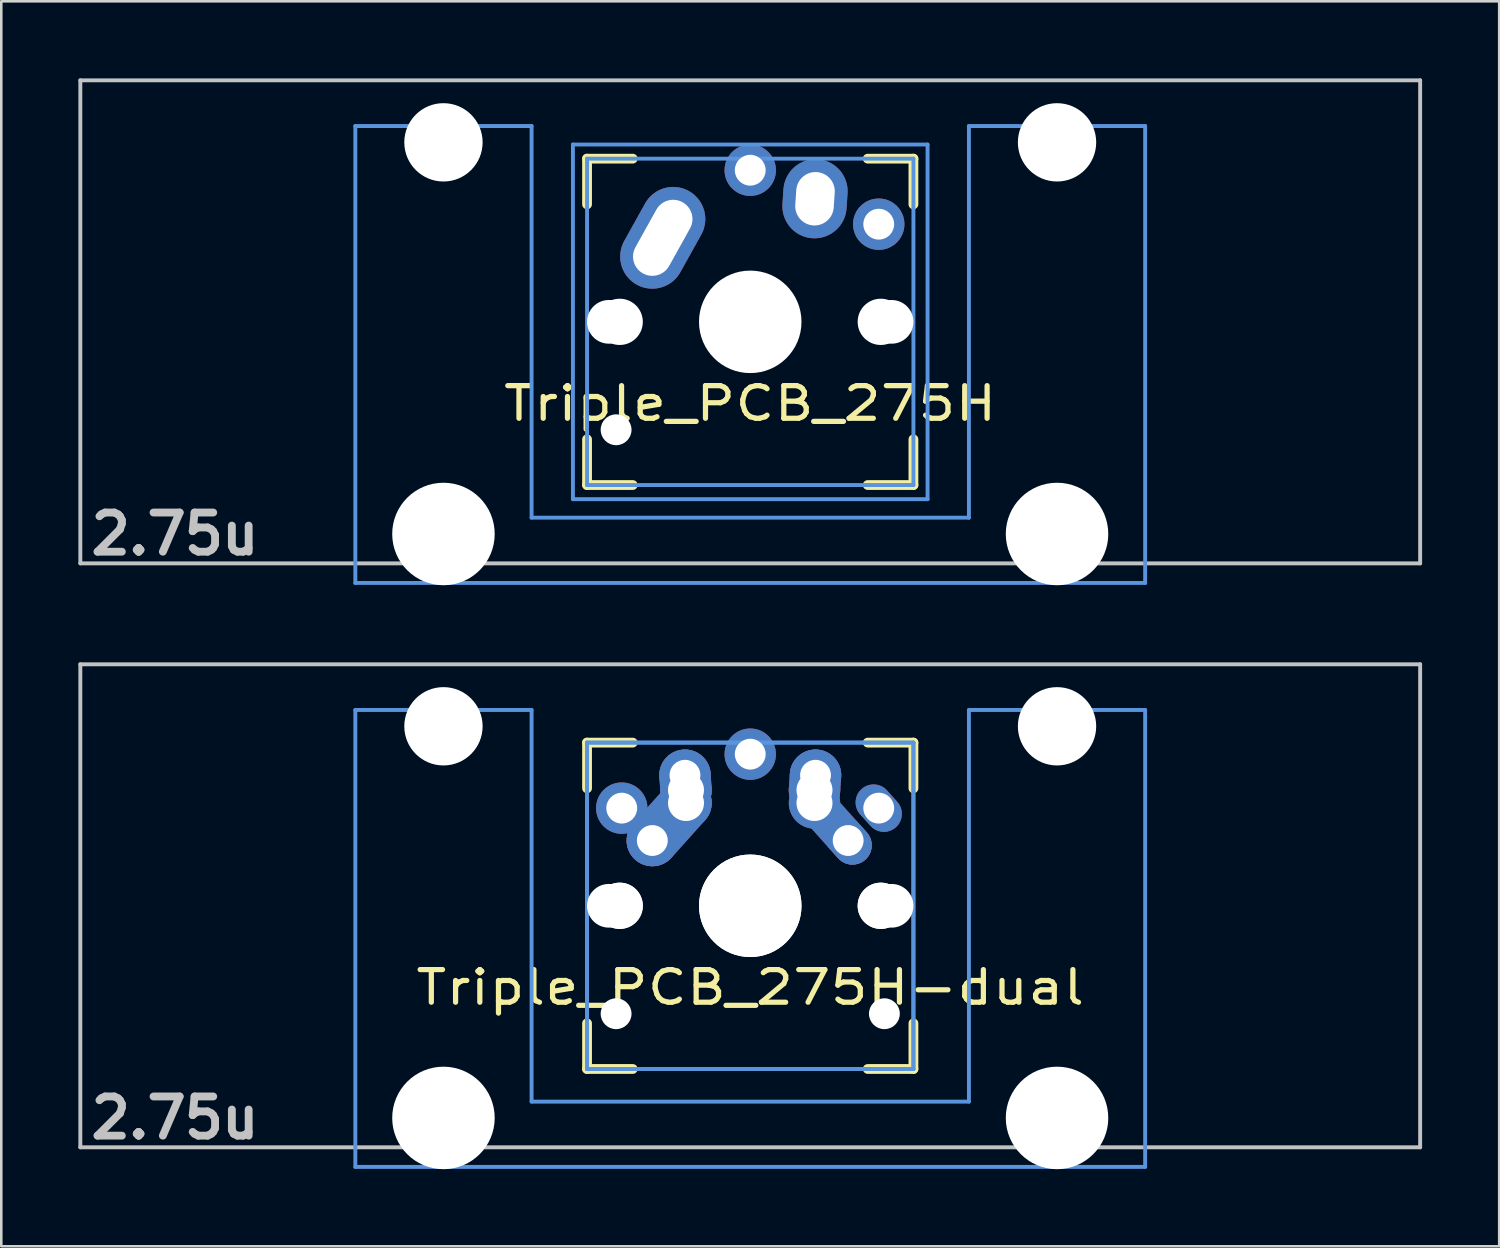
<source format=kicad_pcb>
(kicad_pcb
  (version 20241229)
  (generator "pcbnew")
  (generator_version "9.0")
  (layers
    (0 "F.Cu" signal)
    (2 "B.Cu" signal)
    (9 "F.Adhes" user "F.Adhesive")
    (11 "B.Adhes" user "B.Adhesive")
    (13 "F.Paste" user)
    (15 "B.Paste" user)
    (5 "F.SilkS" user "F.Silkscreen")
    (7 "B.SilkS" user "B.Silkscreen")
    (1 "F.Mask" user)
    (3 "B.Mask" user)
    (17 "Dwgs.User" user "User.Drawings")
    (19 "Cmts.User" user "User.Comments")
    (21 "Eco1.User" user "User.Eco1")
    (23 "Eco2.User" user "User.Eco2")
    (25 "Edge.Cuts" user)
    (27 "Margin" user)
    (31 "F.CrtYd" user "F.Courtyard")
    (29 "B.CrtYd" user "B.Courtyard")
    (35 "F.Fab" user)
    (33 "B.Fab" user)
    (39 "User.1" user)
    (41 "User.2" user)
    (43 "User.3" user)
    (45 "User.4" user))
  (footprint "Triple_PCB_275H"
    (layer "F.Cu")
    (at 26.144 9.474)
    (property "Reference" "Triple_PCB_275H" (at 0 3.175 0) (layer "F.SilkS") (effects (font (size 1.27 1.524) (thickness 0.203))))
    (attr through_hole)
    (fp_line (start -6.35 -6.35) (end -4.572 -6.35) (stroke (width 0.381) (type solid)) (layer "F.SilkS"))
    (fp_line (start -6.35 -4.572) (end -6.35 -6.35) (stroke (width 0.381) (type solid)) (layer "F.SilkS"))
    (fp_line (start -6.35 6.35) (end -6.35 4.572) (stroke (width 0.381) (type solid)) (layer "F.SilkS"))
    (fp_line (start -4.572 6.35) (end -6.35 6.35) (stroke (width 0.381) (type solid)) (layer "F.SilkS"))
    (fp_line (start 4.572 -6.35) (end 6.35 -6.35) (stroke (width 0.381) (type solid)) (layer "F.SilkS"))
    (fp_line (start 6.35 -6.35) (end 6.35 -4.572) (stroke (width 0.381) (type solid)) (layer "F.SilkS"))
    (fp_line (start 6.35 4.572) (end 6.35 6.35) (stroke (width 0.381) (type solid)) (layer "F.SilkS"))
    (fp_line (start 6.35 6.35) (end 4.572 6.35) (stroke (width 0.381) (type solid)) (layer "F.SilkS"))
    (fp_line (start -26.068 -9.398) (end 26.068 -9.398) (stroke (width 0.152) (type solid)) (layer "Dwgs.User"))
    (fp_line (start -26.068 9.398) (end -26.068 -9.398) (stroke (width 0.152) (type solid)) (layer "Dwgs.User"))
    (fp_line (start 26.068 -9.398) (end 26.068 9.398) (stroke (width 0.152) (type solid)) (layer "Dwgs.User"))
    (fp_line (start 26.068 9.398) (end -26.068 9.398) (stroke (width 0.152) (type solid)) (layer "Dwgs.User"))
    (fp_line (start -15.367 -7.62) (end -15.367 10.16) (stroke (width 0.152) (type solid)) (layer "Cmts.User"))
    (fp_line (start -15.367 10.16) (end 15.367 10.16) (stroke (width 0.152) (type solid)) (layer "Cmts.User"))
    (fp_line (start -8.509 -7.62) (end -15.367 -7.62) (stroke (width 0.152) (type solid)) (layer "Cmts.User"))
    (fp_line (start -8.509 7.62) (end -8.509 -7.62) (stroke (width 0.152) (type solid)) (layer "Cmts.User"))
    (fp_line (start -6.9 -6.9) (end 6.9 -6.9) (stroke (width 0.152) (type solid)) (layer "Cmts.User"))
    (fp_line (start -6.9 6.9) (end -6.9 -6.9) (stroke (width 0.152) (type solid)) (layer "Cmts.User"))
    (fp_line (start -6.35 -6.35) (end 6.35 -6.35) (stroke (width 0.152) (type solid)) (layer "Cmts.User"))
    (fp_line (start -6.35 6.35) (end -6.35 -6.35) (stroke (width 0.152) (type solid)) (layer "Cmts.User"))
    (fp_line (start 6.35 -6.35) (end 6.35 6.35) (stroke (width 0.152) (type solid)) (layer "Cmts.User"))
    (fp_line (start 6.35 6.35) (end -6.35 6.35) (stroke (width 0.152) (type solid)) (layer "Cmts.User"))
    (fp_line (start 6.9 -6.9) (end 6.9 6.9) (stroke (width 0.152) (type solid)) (layer "Cmts.User"))
    (fp_line (start 6.9 6.9) (end -6.9 6.9) (stroke (width 0.152) (type solid)) (layer "Cmts.User"))
    (fp_line (start 8.509 -7.62) (end 8.509 7.62) (stroke (width 0.152) (type solid)) (layer "Cmts.User"))
    (fp_line (start 8.509 7.62) (end -8.509 7.62) (stroke (width 0.152) (type solid)) (layer "Cmts.User"))
    (fp_line (start 15.367 -7.62) (end 8.509 -7.62) (stroke (width 0.152) (type solid)) (layer "Cmts.User"))
    (fp_line (start 15.367 10.16) (end 15.367 -7.62) (stroke (width 0.152) (type solid)) (layer "Cmts.User"))
    (fp_line (start -16.129 -2.286) (end -15.265 -2.286) (stroke (width 0.152) (type solid)) (layer "Eco2.User"))
    (fp_line (start -16.129 0.508) (end -16.129 -2.286) (stroke (width 0.152) (type solid)) (layer "Eco2.User"))
    (fp_line (start -15.265 -5.69) (end -8.611 -5.69) (stroke (width 0.152) (type solid)) (layer "Eco2.User"))
    (fp_line (start -15.265 -2.286) (end -15.265 -5.69) (stroke (width 0.152) (type solid)) (layer "Eco2.User"))
    (fp_line (start -15.265 0.508) (end -16.129 0.508) (stroke (width 0.152) (type solid)) (layer "Eco2.User"))
    (fp_line (start -15.265 6.604) (end -15.265 0.508) (stroke (width 0.152) (type solid)) (layer "Eco2.User"))
    (fp_line (start -14.224 6.604) (end -15.265 6.604) (stroke (width 0.152) (type solid)) (layer "Eco2.User"))
    (fp_line (start -14.224 7.772) (end -14.224 6.604) (stroke (width 0.152) (type solid)) (layer "Eco2.User"))
    (fp_line (start -9.652 6.604) (end -9.652 7.772) (stroke (width 0.152) (type solid)) (layer "Eco2.User"))
    (fp_line (start -9.652 7.772) (end -14.224 7.772) (stroke (width 0.152) (type solid)) (layer "Eco2.User"))
    (fp_line (start -8.611 -5.69) (end -8.611 -4.877) (stroke (width 0.152) (type solid)) (layer "Eco2.User"))
    (fp_line (start -8.611 -4.877) (end -6.985 -4.877) (stroke (width 0.152) (type solid)) (layer "Eco2.User"))
    (fp_line (start -8.611 5.817) (end -8.611 6.604) (stroke (width 0.152) (type solid)) (layer "Eco2.User"))
    (fp_line (start -8.611 6.604) (end -9.652 6.604) (stroke (width 0.152) (type solid)) (layer "Eco2.User"))
    (fp_line (start -7.5 -7.5) (end 7.5 -7.5) (stroke (width 0.152) (type solid)) (layer "Eco2.User"))
    (fp_line (start -7.5 7.5) (end -7.5 -7.5) (stroke (width 0.152) (type solid)) (layer "Eco2.User"))
    (fp_line (start -6.985 -6.985) (end 6.985 -6.985) (stroke (width 0.152) (type solid)) (layer "Eco2.User"))
    (fp_line (start -6.985 -4.877) (end -6.985 -6.985) (stroke (width 0.152) (type solid)) (layer "Eco2.User"))
    (fp_line (start -6.985 5.817) (end -8.611 5.817) (stroke (width 0.152) (type solid)) (layer "Eco2.User"))
    (fp_line (start -6.985 6.985) (end -6.985 5.817) (stroke (width 0.152) (type solid)) (layer "Eco2.User"))
    (fp_line (start 6.985 -6.985) (end 6.985 -4.877) (stroke (width 0.152) (type solid)) (layer "Eco2.User"))
    (fp_line (start 6.985 -4.877) (end 8.611 -4.877) (stroke (width 0.152) (type solid)) (layer "Eco2.User"))
    (fp_line (start 6.985 5.817) (end 6.985 6.985) (stroke (width 0.152) (type solid)) (layer "Eco2.User"))
    (fp_line (start 6.985 6.985) (end -6.985 6.985) (stroke (width 0.152) (type solid)) (layer "Eco2.User"))
    (fp_line (start 7.5 -7.5) (end 7.5 7.5) (stroke (width 0.152) (type solid)) (layer "Eco2.User"))
    (fp_line (start 7.5 7.5) (end -7.5 7.5) (stroke (width 0.152) (type solid)) (layer "Eco2.User"))
    (fp_line (start 8.611 -5.69) (end 15.265 -5.69) (stroke (width 0.152) (type solid)) (layer "Eco2.User"))
    (fp_line (start 8.611 -4.877) (end 8.611 -5.69) (stroke (width 0.152) (type solid)) (layer "Eco2.User"))
    (fp_line (start 8.611 5.817) (end 6.985 5.817) (stroke (width 0.152) (type solid)) (layer "Eco2.User"))
    (fp_line (start 8.611 6.604) (end 8.611 5.817) (stroke (width 0.152) (type solid)) (layer "Eco2.User"))
    (fp_line (start 9.652 6.604) (end 8.611 6.604) (stroke (width 0.152) (type solid)) (layer "Eco2.User"))
    (fp_line (start 9.652 7.772) (end 9.652 6.604) (stroke (width 0.152) (type solid)) (layer "Eco2.User"))
    (fp_line (start 14.224 6.604) (end 14.224 7.772) (stroke (width 0.152) (type solid)) (layer "Eco2.User"))
    (fp_line (start 14.224 7.772) (end 9.652 7.772) (stroke (width 0.152) (type solid)) (layer "Eco2.User"))
    (fp_line (start 15.265 -5.69) (end 15.265 -2.286) (stroke (width 0.152) (type solid)) (layer "Eco2.User"))
    (fp_line (start 15.265 -2.286) (end 16.129 -2.286) (stroke (width 0.152) (type solid)) (layer "Eco2.User"))
    (fp_line (start 15.265 0.508) (end 15.265 6.604) (stroke (width 0.152) (type solid)) (layer "Eco2.User"))
    (fp_line (start 15.265 6.604) (end 14.224 6.604) (stroke (width 0.152) (type solid)) (layer "Eco2.User"))
    (fp_line (start 16.129 -2.286) (end 16.129 0.508) (stroke (width 0.152) (type solid)) (layer "Eco2.User"))
    (fp_line (start 16.129 0.508) (end 15.265 0.508) (stroke (width 0.152) (type solid)) (layer "Eco2.User"))
    (fp_text user "2.75u" (at -22.385 8.255 0) (layer "Dwgs.User") (effects (font (size 1.524 1.524) (thickness 0.305))))
    (pad "" np_thru_hole circle (at -11.938 -6.985) (size 3.048 3.048) (drill 3.048) (layers "*.Cu"))
    (pad "" np_thru_hole circle (at -11.938 8.255) (size 3.988 3.988) (drill 3.988) (layers "*.Cu"))
    (pad "" np_thru_hole circle (at -5.5 0) (size 1.7 1.7) (drill 1.7) (layers "*.Cu"))
    (pad "" np_thru_hole circle (at -5.22 4.2) (size 1.2 1.2) (drill 1.2) (layers "*.Cu"))
    (pad "" np_thru_hole circle (at -5.08 0) (size 1.8 1.8) (drill 1.8) (layers "*.Cu"))
    (pad "" np_thru_hole circle (at 0 0) (size 3.4 3.4) (drill 3.4) (layers "*.Cu"))
    (pad "" np_thru_hole circle (at 0 0) (size 3.988 3.988) (drill 3.988) (layers "*.Cu"))
    (pad "" np_thru_hole circle (at 5.08 0) (size 1.8 1.8) (drill 1.8) (layers "*.Cu"))
    (pad "" np_thru_hole circle (at 5.5 0) (size 1.7 1.7) (drill 1.7) (layers "*.Cu"))
    (pad "" np_thru_hole circle (at 11.938 -6.985) (size 3.048 3.048) (drill 3.048) (layers "*.Cu"))
    (pad "" np_thru_hole circle (at 11.938 8.255) (size 3.988 3.988) (drill 3.988) (layers "*.Cu"))
    (pad "1" thru_hole oval (at -3.405 -3.27 330.9) (size 2.5 4.17) (drill oval 1.5 3.17) (layers "*.Cu" "*.Mask"))
    (pad "1" thru_hole circle (at 0 -5.9) (size 2 2) (drill 1.2) (layers "*.Cu" "*.Mask"))
    (pad "2" thru_hole oval (at 2.52 -4.79 356.1) (size 2.5 3.08) (drill oval 1.5 2.08) (layers "*.Cu" "*.Mask"))
    (pad "2" thru_hole circle (at 5 -3.8 221.9) (size 2 2) (drill 1.2) (layers "*.Cu" "*.Mask")))
  (footprint "Triple_PCB_275H-dual"
    (layer "F.Cu")
    (at 26.144 32.197)
    (property "Reference" "Triple_PCB_275H-dual" (at 0 3.175 0) (layer "F.SilkS") (effects (font (size 1.27 1.524) (thickness 0.203))))
    (attr through_hole)
    (fp_line (start -6.35 -6.35) (end -4.572 -6.35) (stroke (width 0.381) (type solid)) (layer "F.SilkS"))
    (fp_line (start -6.35 -4.572) (end -6.35 -6.35) (stroke (width 0.381) (type solid)) (layer "F.SilkS"))
    (fp_line (start -6.35 6.35) (end -6.35 4.572) (stroke (width 0.381) (type solid)) (layer "F.SilkS"))
    (fp_line (start -4.572 6.35) (end -6.35 6.35) (stroke (width 0.381) (type solid)) (layer "F.SilkS"))
    (fp_line (start 4.572 -6.35) (end 6.35 -6.35) (stroke (width 0.381) (type solid)) (layer "F.SilkS"))
    (fp_line (start 6.35 -6.35) (end 6.35 -4.572) (stroke (width 0.381) (type solid)) (layer "F.SilkS"))
    (fp_line (start 6.35 4.572) (end 6.35 6.35) (stroke (width 0.381) (type solid)) (layer "F.SilkS"))
    (fp_line (start 6.35 6.35) (end 4.572 6.35) (stroke (width 0.381) (type solid)) (layer "F.SilkS"))
    (fp_line (start -26.068 -9.398) (end 26.068 -9.398) (stroke (width 0.152) (type solid)) (layer "Dwgs.User"))
    (fp_line (start -26.068 9.398) (end -26.068 -9.398) (stroke (width 0.152) (type solid)) (layer "Dwgs.User"))
    (fp_line (start 26.068 -9.398) (end 26.068 9.398) (stroke (width 0.152) (type solid)) (layer "Dwgs.User"))
    (fp_line (start 26.068 9.398) (end -26.068 9.398) (stroke (width 0.152) (type solid)) (layer "Dwgs.User"))
    (fp_line (start -15.367 -7.62) (end -15.367 10.16) (stroke (width 0.152) (type solid)) (layer "Cmts.User"))
    (fp_line (start -15.367 10.16) (end 15.367 10.16) (stroke (width 0.152) (type solid)) (layer "Cmts.User"))
    (fp_line (start -8.509 -7.62) (end -15.367 -7.62) (stroke (width 0.152) (type solid)) (layer "Cmts.User"))
    (fp_line (start -8.509 7.62) (end -8.509 -7.62) (stroke (width 0.152) (type solid)) (layer "Cmts.User"))
    (fp_line (start -6.35 -6.35) (end 6.35 -6.35) (stroke (width 0.152) (type solid)) (layer "Cmts.User"))
    (fp_line (start -6.35 -6.35) (end 6.35 -6.35) (stroke (width 0.152) (type solid)) (layer "Cmts.User"))
    (fp_line (start -6.35 6.35) (end -6.35 -6.35) (stroke (width 0.152) (type solid)) (layer "Cmts.User"))
    (fp_line (start -6.35 6.35) (end -6.35 -6.35) (stroke (width 0.152) (type solid)) (layer "Cmts.User"))
    (fp_line (start 6.35 -6.35) (end 6.35 6.35) (stroke (width 0.152) (type solid)) (layer "Cmts.User"))
    (fp_line (start 6.35 -6.35) (end 6.35 6.35) (stroke (width 0.152) (type solid)) (layer "Cmts.User"))
    (fp_line (start 6.35 6.35) (end -6.35 6.35) (stroke (width 0.152) (type solid)) (layer "Cmts.User"))
    (fp_line (start 6.35 6.35) (end -6.35 6.35) (stroke (width 0.152) (type solid)) (layer "Cmts.User"))
    (fp_line (start 8.509 -7.62) (end 8.509 7.62) (stroke (width 0.152) (type solid)) (layer "Cmts.User"))
    (fp_line (start 8.509 7.62) (end -8.509 7.62) (stroke (width 0.152) (type solid)) (layer "Cmts.User"))
    (fp_line (start 15.367 -7.62) (end 8.509 -7.62) (stroke (width 0.152) (type solid)) (layer "Cmts.User"))
    (fp_line (start 15.367 10.16) (end 15.367 -7.62) (stroke (width 0.152) (type solid)) (layer "Cmts.User"))
    (fp_line (start -16.129 -2.286) (end -15.265 -2.286) (stroke (width 0.152) (type solid)) (layer "Eco2.User"))
    (fp_line (start -16.129 0.508) (end -16.129 -2.286) (stroke (width 0.152) (type solid)) (layer "Eco2.User"))
    (fp_line (start -15.265 -5.69) (end -8.611 -5.69) (stroke (width 0.152) (type solid)) (layer "Eco2.User"))
    (fp_line (start -15.265 -2.286) (end -15.265 -5.69) (stroke (width 0.152) (type solid)) (layer "Eco2.User"))
    (fp_line (start -15.265 0.508) (end -16.129 0.508) (stroke (width 0.152) (type solid)) (layer "Eco2.User"))
    (fp_line (start -15.265 6.604) (end -15.265 0.508) (stroke (width 0.152) (type solid)) (layer "Eco2.User"))
    (fp_line (start -14.224 6.604) (end -15.265 6.604) (stroke (width 0.152) (type solid)) (layer "Eco2.User"))
    (fp_line (start -14.224 7.772) (end -14.224 6.604) (stroke (width 0.152) (type solid)) (layer "Eco2.User"))
    (fp_line (start -9.652 6.604) (end -9.652 7.772) (stroke (width 0.152) (type solid)) (layer "Eco2.User"))
    (fp_line (start -9.652 7.772) (end -14.224 7.772) (stroke (width 0.152) (type solid)) (layer "Eco2.User"))
    (fp_line (start -8.611 -5.69) (end -8.611 -4.877) (stroke (width 0.152) (type solid)) (layer "Eco2.User"))
    (fp_line (start -8.611 -4.877) (end -6.985 -4.877) (stroke (width 0.152) (type solid)) (layer "Eco2.User"))
    (fp_line (start -8.611 5.817) (end -8.611 6.604) (stroke (width 0.152) (type solid)) (layer "Eco2.User"))
    (fp_line (start -8.611 6.604) (end -9.652 6.604) (stroke (width 0.152) (type solid)) (layer "Eco2.User"))
    (fp_line (start -7.5 -7.5) (end 7.5 -7.5) (stroke (width 0.152) (type solid)) (layer "Eco2.User"))
    (fp_line (start -7.5 7.5) (end -7.5 -7.5) (stroke (width 0.152) (type solid)) (layer "Eco2.User"))
    (fp_line (start -6.985 -6.985) (end 6.985 -6.985) (stroke (width 0.152) (type solid)) (layer "Eco2.User"))
    (fp_line (start -6.985 -6.985) (end 6.985 -6.985) (stroke (width 0.152) (type solid)) (layer "Eco2.User"))
    (fp_line (start -6.985 -4.877) (end -6.985 -6.985) (stroke (width 0.152) (type solid)) (layer "Eco2.User"))
    (fp_line (start -6.985 5.817) (end -8.611 5.817) (stroke (width 0.152) (type solid)) (layer "Eco2.User"))
    (fp_line (start -6.985 6.985) (end -6.985 -6.985) (stroke (width 0.152) (type solid)) (layer "Eco2.User"))
    (fp_line (start -6.985 6.985) (end -6.985 5.817) (stroke (width 0.152) (type solid)) (layer "Eco2.User"))
    (fp_line (start 6.985 -6.985) (end 6.985 -4.877) (stroke (width 0.152) (type solid)) (layer "Eco2.User"))
    (fp_line (start 6.985 -6.985) (end 6.985 6.985) (stroke (width 0.152) (type solid)) (layer "Eco2.User"))
    (fp_line (start 6.985 -4.877) (end 8.611 -4.877) (stroke (width 0.152) (type solid)) (layer "Eco2.User"))
    (fp_line (start 6.985 5.817) (end 6.985 6.985) (stroke (width 0.152) (type solid)) (layer "Eco2.User"))
    (fp_line (start 6.985 6.985) (end -6.985 6.985) (stroke (width 0.152) (type solid)) (layer "Eco2.User"))
    (fp_line (start 6.985 6.985) (end -6.985 6.985) (stroke (width 0.152) (type solid)) (layer "Eco2.User"))
    (fp_line (start 7.5 -7.5) (end 7.5 7.5) (stroke (width 0.152) (type solid)) (layer "Eco2.User"))
    (fp_line (start 7.5 7.5) (end -7.5 7.5) (stroke (width 0.152) (type solid)) (layer "Eco2.User"))
    (fp_line (start 8.611 -5.69) (end 15.265 -5.69) (stroke (width 0.152) (type solid)) (layer "Eco2.User"))
    (fp_line (start 8.611 -4.877) (end 8.611 -5.69) (stroke (width 0.152) (type solid)) (layer "Eco2.User"))
    (fp_line (start 8.611 5.817) (end 6.985 5.817) (stroke (width 0.152) (type solid)) (layer "Eco2.User"))
    (fp_line (start 8.611 6.604) (end 8.611 5.817) (stroke (width 0.152) (type solid)) (layer "Eco2.User"))
    (fp_line (start 9.652 6.604) (end 8.611 6.604) (stroke (width 0.152) (type solid)) (layer "Eco2.User"))
    (fp_line (start 9.652 7.772) (end 9.652 6.604) (stroke (width 0.152) (type solid)) (layer "Eco2.User"))
    (fp_line (start 14.224 6.604) (end 14.224 7.772) (stroke (width 0.152) (type solid)) (layer "Eco2.User"))
    (fp_line (start 14.224 7.772) (end 9.652 7.772) (stroke (width 0.152) (type solid)) (layer "Eco2.User"))
    (fp_line (start 15.265 -5.69) (end 15.265 -2.286) (stroke (width 0.152) (type solid)) (layer "Eco2.User"))
    (fp_line (start 15.265 -2.286) (end 16.129 -2.286) (stroke (width 0.152) (type solid)) (layer "Eco2.User"))
    (fp_line (start 15.265 0.508) (end 15.265 6.604) (stroke (width 0.152) (type solid)) (layer "Eco2.User"))
    (fp_line (start 15.265 6.604) (end 14.224 6.604) (stroke (width 0.152) (type solid)) (layer "Eco2.User"))
    (fp_line (start 16.129 -2.286) (end 16.129 0.508) (stroke (width 0.152) (type solid)) (layer "Eco2.User"))
    (fp_line (start 16.129 0.508) (end 15.265 0.508) (stroke (width 0.152) (type solid)) (layer "Eco2.User"))
    (fp_text user "2.75u" (at -22.385 8.255 0) (layer "Dwgs.User") (effects (font (size 1.524 1.524) (thickness 0.305))))
    (pad "" np_thru_hole circle (at -11.938 -6.985) (size 3.048 3.048) (drill 3.048) (layers "*.Cu"))
    (pad "" np_thru_hole circle (at -11.938 8.255) (size 3.988 3.988) (drill 3.988) (layers "*.Cu"))
    (pad "" np_thru_hole circle (at -5.5 0) (size 1.7 1.7) (drill 1.7) (layers "*.Cu"))
    (pad "" np_thru_hole circle (at -5.22 4.2) (size 1.2 1.2) (drill 1.2) (layers "*.Cu"))
    (pad "" np_thru_hole circle (at -5.08 0) (size 1.8 1.8) (drill 1.8) (layers "*.Cu"))
    (pad "" np_thru_hole circle (at -5.08 0) (size 1.8 1.8) (drill 1.8) (layers "*.Cu"))
    (pad "" np_thru_hole circle (at 0 0) (size 3.988 3.988) (drill 3.988) (layers "*.Cu"))
    (pad "" np_thru_hole circle (at 0 0) (size 3.988 3.988) (drill 3.988) (layers "*.Cu"))
    (pad "" np_thru_hole circle (at 5.08 0) (size 1.8 1.8) (drill 1.8) (layers "*.Cu"))
    (pad "" np_thru_hole circle (at 5.08 0) (size 1.8 1.8) (drill 1.8) (layers "*.Cu"))
    (pad "" np_thru_hole circle (at 5.22 4.2) (size 1.2 1.2) (drill 1.2) (layers "*.Cu"))
    (pad "" np_thru_hole circle (at 5.5 0) (size 1.7 1.7) (drill 1.7) (layers "*.Cu"))
    (pad "" np_thru_hole circle (at 11.938 -6.985) (size 3.048 3.048) (drill 3.048) (layers "*.Cu"))
    (pad "" np_thru_hole circle (at 11.938 8.255) (size 3.988 3.988) (drill 3.988) (layers "*.Cu"))
    (pad "1" thru_hole circle (at -5 -3.8 138.1) (size 2 2) (drill 1.2) (layers "*.Cu" "*.Mask"))
    (pad "1" thru_hole circle (at -3.81 -2.54) (size 2 2) (drill oval 1.2) (layers "*.Cu" "*.Mask"))
    (pad "1" smd oval (at -3.155 -3.27 138.1) (size 2 3.962) (layers "F.Cu" "F.Mask" "F.Paste"))
    (pad "1" smd oval (at -3.155 -3.27 138.1) (size 2 3.962) (layers "B.Cu" "B.Mask" "B.Paste"))
    (pad "1" thru_hole circle (at -2.54 -5.08 330.95) (size 2 2) (drill 1.2) (layers "*.Cu" "*.Mask"))
    (pad "1" smd oval (at -2.52 -4.79 3.945) (size 2 2.581) (layers "F.Cu" "F.Mask" "F.Paste"))
    (pad "1" smd oval (at -2.52 -4.79 3.945) (size 2 2.581) (layers "B.Cu" "B.Mask" "B.Paste"))
    (pad "1" thru_hole circle (at -2.5 -4.5 330.95) (size 2 2) (drill 1.4) (layers "*.Cu" "*.Mask"))
    (pad "1" thru_hole circle (at -2.5 -4 330.95) (size 2 2) (drill 1.4) (layers "*.Cu" "*.Mask"))
    (pad "1" thru_hole oval (at 5 -3.8 221.9) (size 1.4 2) (drill 1.2) (layers "*.Cu" "*.Mask"))
    (pad "2" thru_hole circle (at 0 -5.9) (size 2 2) (drill 1.2) (layers "*.Cu" "*.Mask"))
    (pad "2" thru_hole circle (at 2.5 -4.5 330.95) (size 2 2) (drill 1.4) (layers "*.Cu" "*.Mask"))
    (pad "2" thru_hole circle (at 2.5 -4) (size 2 2) (drill 1.4) (layers "*.Cu" "*.Mask"))
    (pad "2" smd oval (at 2.52 -4.79 356.055) (size 2 2.581) (layers "F.Cu" "F.Mask" "F.Paste"))
    (pad "2" smd oval (at 2.52 -4.79 356.055) (size 2 2.581) (layers "B.Cu" "B.Mask" "B.Paste"))
    (pad "2" thru_hole circle (at 2.54 -5.08 330.95) (size 2 2) (drill 1.2) (layers "*.Cu" "*.Mask"))
    (pad "2" smd oval (at 3.155 -3.27 221.9) (size 1.5 3.962) (layers "F.Cu" "F.Mask" "F.Paste"))
    (pad "2" smd oval (at 3.155 -3.27 221.9) (size 1.5 3.962) (layers "B.Cu" "B.Mask" "B.Paste"))
    (pad "2" thru_hole oval (at 3.81 -2.54 311.9) (size 2 1.5) (drill 1.2) (layers "*.Cu" "*.Mask")))
  (gr_rect
    (start -3 -3)
    (end 55.288 45.446)
    (stroke (width 0.1) (type default))
    (fill no)
    (layer "Edge.Cuts")))
</source>
